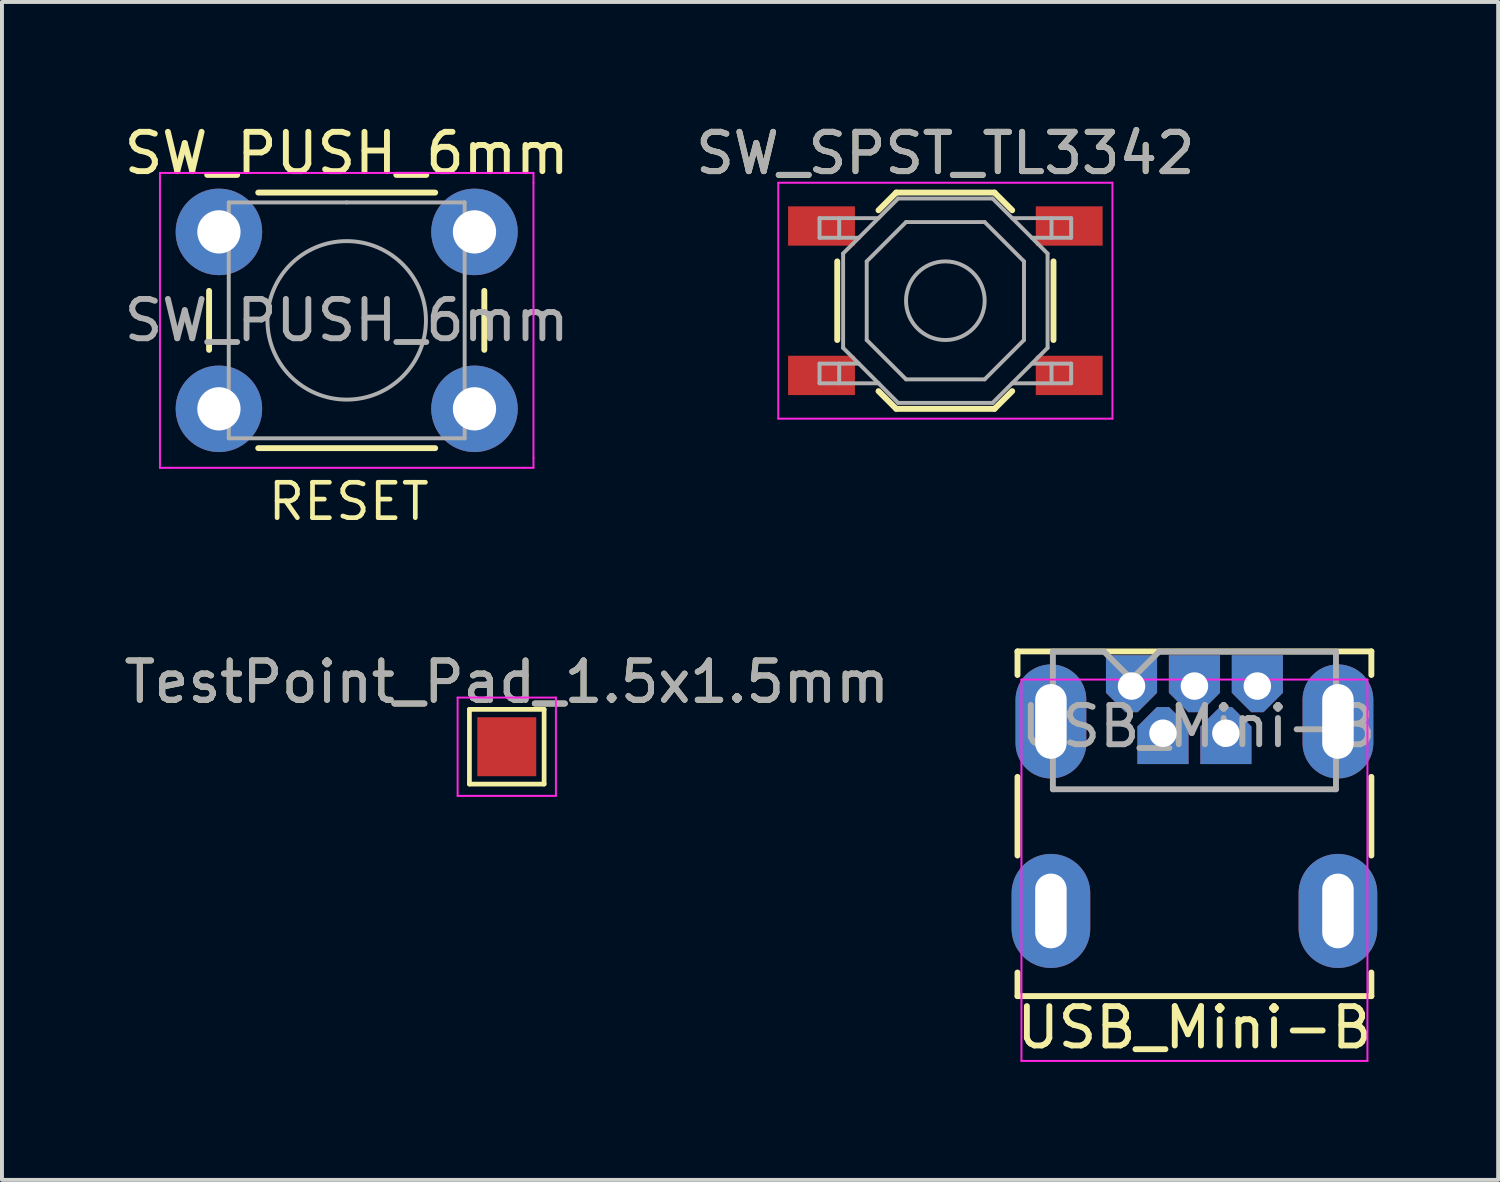
<source format=kicad_pcb>
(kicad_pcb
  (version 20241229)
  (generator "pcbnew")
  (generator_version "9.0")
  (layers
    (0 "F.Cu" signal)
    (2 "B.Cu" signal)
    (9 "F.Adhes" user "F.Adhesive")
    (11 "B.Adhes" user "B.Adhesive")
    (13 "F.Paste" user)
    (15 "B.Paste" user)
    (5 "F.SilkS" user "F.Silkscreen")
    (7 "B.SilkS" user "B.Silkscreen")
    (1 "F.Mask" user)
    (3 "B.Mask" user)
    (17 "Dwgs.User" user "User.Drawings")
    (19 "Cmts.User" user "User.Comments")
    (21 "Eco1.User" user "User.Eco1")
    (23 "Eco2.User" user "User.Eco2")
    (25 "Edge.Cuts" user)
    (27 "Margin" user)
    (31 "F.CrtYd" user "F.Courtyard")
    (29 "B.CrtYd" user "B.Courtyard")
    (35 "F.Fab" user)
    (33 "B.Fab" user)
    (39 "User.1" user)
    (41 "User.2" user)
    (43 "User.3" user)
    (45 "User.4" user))
  (footprint "TestPoint_Pad_1.5x1.5mm"
    (layer "F.Cu")
    (at 9.839 15.942)
    (property "Reference" "TestPoint_Pad_1.5x1.5mm" (at 0 -1.648 0) (layer "F.SilkS") (effects (font (size 1 1) (thickness 0.15))))
    (attr exclude_from_pos_files exclude_from_bom)
    (fp_line (start -0.95 -0.95) (end 0.95 -0.95) (stroke (width 0.12) (type solid)) (layer "F.SilkS"))
    (fp_line (start -0.95 0.95) (end -0.95 -0.95) (stroke (width 0.12) (type solid)) (layer "F.SilkS"))
    (fp_line (start 0.95 -0.95) (end 0.95 0.95) (stroke (width 0.12) (type solid)) (layer "F.SilkS"))
    (fp_line (start 0.95 0.95) (end -0.95 0.95) (stroke (width 0.12) (type solid)) (layer "F.SilkS"))
    (fp_line (start -1.25 -1.25) (end -1.25 1.25) (stroke (width 0.05) (type solid)) (layer "F.CrtYd"))
    (fp_line (start -1.25 -1.25) (end 1.25 -1.25) (stroke (width 0.05) (type solid)) (layer "F.CrtYd"))
    (fp_line (start 1.25 1.25) (end -1.25 1.25) (stroke (width 0.05) (type solid)) (layer "F.CrtYd"))
    (fp_line (start 1.25 1.25) (end 1.25 -1.25) (stroke (width 0.05) (type solid)) (layer "F.CrtYd"))
    (fp_text user "${REFERENCE}" (at 0 -1.65 0) (layer "F.Fab") (effects (font (size 1 1) (thickness 0.15))))
    (pad "1" smd rect (at 0 0) (size 1.5 1.5) (layers "F.Cu" "F.Mask" "F.Paste")))
  (footprint "SW_SPST_TL3342"
    (layer "F.Cu")
    (at 20.994 4.598)
    (property "Reference" "SW_SPST_TL3342" (at 0 -3.75 0) (layer "F.SilkS") (effects (font (size 1 1) (thickness 0.15))))
    (attr smd)
    (fp_line (start -2.75 -1) (end -2.75 1) (stroke (width 0.15) (type solid)) (layer "F.SilkS"))
    (fp_line (start -1.7 -2.3) (end -1.25 -2.75) (stroke (width 0.15) (type solid)) (layer "F.SilkS"))
    (fp_line (start -1.7 2.3) (end -1.25 2.75) (stroke (width 0.15) (type solid)) (layer "F.SilkS"))
    (fp_line (start -1.25 -2.75) (end 1.25 -2.75) (stroke (width 0.15) (type solid)) (layer "F.SilkS"))
    (fp_line (start -1.25 2.75) (end 1.25 2.75) (stroke (width 0.15) (type solid)) (layer "F.SilkS"))
    (fp_line (start 1.7 -2.3) (end 1.25 -2.75) (stroke (width 0.15) (type solid)) (layer "F.SilkS"))
    (fp_line (start 1.7 2.3) (end 1.25 2.75) (stroke (width 0.15) (type solid)) (layer "F.SilkS"))
    (fp_line (start 2.75 -1) (end 2.75 1) (stroke (width 0.15) (type solid)) (layer "F.SilkS"))
    (fp_line (start -4.25 -3) (end 4.25 -3) (stroke (width 0.05) (type solid)) (layer "F.CrtYd"))
    (fp_line (start -4.25 3) (end -4.25 -3) (stroke (width 0.05) (type solid)) (layer "F.CrtYd"))
    (fp_line (start 4.25 -3) (end 4.25 3) (stroke (width 0.05) (type solid)) (layer "F.CrtYd"))
    (fp_line (start 4.25 3) (end -4.25 3) (stroke (width 0.05) (type solid)) (layer "F.CrtYd"))
    (fp_line (start -3.2 -2.1) (end -3.2 -1.6) (stroke (width 0.1) (type solid)) (layer "F.Fab"))
    (fp_line (start -3.2 -1.6) (end -2.2 -1.6) (stroke (width 0.1) (type solid)) (layer "F.Fab"))
    (fp_line (start -3.2 1.6) (end -2.2 1.6) (stroke (width 0.1) (type solid)) (layer "F.Fab"))
    (fp_line (start -3.2 2.1) (end -3.2 1.6) (stroke (width 0.1) (type solid)) (layer "F.Fab"))
    (fp_line (start -2.7 -2.1) (end -2.7 -1.6) (stroke (width 0.1) (type solid)) (layer "F.Fab"))
    (fp_line (start -2.7 2.1) (end -2.7 1.6) (stroke (width 0.1) (type solid)) (layer "F.Fab"))
    (fp_line (start -2.6 -1.2) (end -2.6 1.2) (stroke (width 0.1) (type solid)) (layer "F.Fab"))
    (fp_line (start -2.6 1.2) (end -1.2 2.6) (stroke (width 0.1) (type solid)) (layer "F.Fab"))
    (fp_line (start -2 -1) (end -1 -2) (stroke (width 0.1) (type solid)) (layer "F.Fab"))
    (fp_line (start -2 1) (end -2 -1) (stroke (width 0.1) (type solid)) (layer "F.Fab"))
    (fp_line (start -1.7 -2.1) (end -3.2 -2.1) (stroke (width 0.1) (type solid)) (layer "F.Fab"))
    (fp_line (start -1.7 2.1) (end -3.2 2.1) (stroke (width 0.1) (type solid)) (layer "F.Fab"))
    (fp_line (start -1.2 -2.6) (end -2.6 -1.2) (stroke (width 0.1) (type solid)) (layer "F.Fab"))
    (fp_line (start -1.2 2.6) (end 1.2 2.6) (stroke (width 0.1) (type solid)) (layer "F.Fab"))
    (fp_line (start -1 -2) (end 1 -2) (stroke (width 0.1) (type solid)) (layer "F.Fab"))
    (fp_line (start -1 2) (end -2 1) (stroke (width 0.1) (type solid)) (layer "F.Fab"))
    (fp_line (start 1 -2) (end 2 -1) (stroke (width 0.1) (type solid)) (layer "F.Fab"))
    (fp_line (start 1 2) (end -1 2) (stroke (width 0.1) (type solid)) (layer "F.Fab"))
    (fp_line (start 1.2 -2.6) (end -1.2 -2.6) (stroke (width 0.1) (type solid)) (layer "F.Fab"))
    (fp_line (start 1.2 2.6) (end 2.6 1.2) (stroke (width 0.1) (type solid)) (layer "F.Fab"))
    (fp_line (start 1.7 -2.1) (end 3.2 -2.1) (stroke (width 0.1) (type solid)) (layer "F.Fab"))
    (fp_line (start 1.7 2.1) (end 3.2 2.1) (stroke (width 0.1) (type solid)) (layer "F.Fab"))
    (fp_line (start 2 -1) (end 2 1) (stroke (width 0.1) (type solid)) (layer "F.Fab"))
    (fp_line (start 2 1) (end 1 2) (stroke (width 0.1) (type solid)) (layer "F.Fab"))
    (fp_line (start 2.6 -1.2) (end 1.2 -2.6) (stroke (width 0.1) (type solid)) (layer "F.Fab"))
    (fp_line (start 2.6 1.2) (end 2.6 -1.2) (stroke (width 0.1) (type solid)) (layer "F.Fab"))
    (fp_line (start 2.7 -2.1) (end 2.7 -1.6) (stroke (width 0.1) (type solid)) (layer "F.Fab"))
    (fp_line (start 2.7 2.1) (end 2.7 1.6) (stroke (width 0.1) (type solid)) (layer "F.Fab"))
    (fp_line (start 3.2 -2.1) (end 3.2 -1.6) (stroke (width 0.1) (type solid)) (layer "F.Fab"))
    (fp_line (start 3.2 -1.6) (end 2.2 -1.6) (stroke (width 0.1) (type solid)) (layer "F.Fab"))
    (fp_line (start 3.2 1.6) (end 2.2 1.6) (stroke (width 0.1) (type solid)) (layer "F.Fab"))
    (fp_line (start 3.2 2.1) (end 3.2 1.6) (stroke (width 0.1) (type solid)) (layer "F.Fab"))
    (fp_circle (center 0 0) (end 1 0) (stroke (width 0.1) (type solid)) (fill no) (layer "F.Fab"))
    (fp_text user "${REFERENCE}" (at 0 -3.75 0) (layer "F.Fab") (effects (font (size 1 1) (thickness 0.15))))
    (pad "1" smd rect (at -3.15 -1.9) (size 1.7 1) (layers "F.Cu" "F.Mask" "F.Paste"))
    (pad "1" smd rect (at 3.15 -1.9) (size 1.7 1) (layers "F.Cu" "F.Mask" "F.Paste"))
    (pad "2" smd rect (at -3.15 1.9) (size 1.7 1) (layers "F.Cu" "F.Mask" "F.Paste"))
    (pad "2" smd rect (at 3.15 1.9) (size 1.7 1) (layers "F.Cu" "F.Mask" "F.Paste")))
  (footprint "USB_Mini-B"
    (layer "F.Cu")
    (at 27.329 17.709)
    (property "Reference" "USB_Mini-B" (at 0 5.376 180) (layer "F.SilkS") (effects (font (size 1 1) (thickness 0.15))))
    (attr through_hole)
    (fp_line (start -4.5 -3.591) (end -4.5 -4.191) (stroke (width 0.15) (type solid)) (layer "F.SilkS"))
    (fp_line (start -4.5 1) (end -4.5 -1) (stroke (width 0.15) (type solid)) (layer "F.SilkS"))
    (fp_line (start -4.5 4.576) (end -4.5 3.976) (stroke (width 0.15) (type solid)) (layer "F.SilkS"))
    (fp_line (start 4.5 -4.191) (end -4.5 -4.191) (stroke (width 0.15) (type solid)) (layer "F.SilkS"))
    (fp_line (start 4.5 -4.191) (end 4.5 -3.591) (stroke (width 0.15) (type solid)) (layer "F.SilkS"))
    (fp_line (start 4.5 -1) (end 4.5 1) (stroke (width 0.15) (type solid)) (layer "F.SilkS"))
    (fp_line (start 4.5 3.976) (end 4.5 4.576) (stroke (width 0.15) (type solid)) (layer "F.SilkS"))
    (fp_line (start 4.5 4.576) (end -4.5 4.576) (stroke (width 0.15) (type solid)) (layer "F.SilkS"))
    (fp_line (start -4.4 -3.475) (end -4.4 6.225) (stroke (width 0.05) (type solid)) (layer "F.CrtYd"))
    (fp_line (start -4.4 6.225) (end 4.4 6.225) (stroke (width 0.05) (type solid)) (layer "F.CrtYd"))
    (fp_line (start 4.4 -3.475) (end -4.4 -3.475) (stroke (width 0.05) (type solid)) (layer "F.CrtYd"))
    (fp_line (start 4.4 6.225) (end 4.4 -3.475) (stroke (width 0.05) (type solid)) (layer "F.CrtYd"))
    (fp_line (start -3.6 -4.185) (end -2.3 -4.185) (stroke (width 0.15) (type solid)) (layer "F.Fab"))
    (fp_line (start -3.6 -0.685) (end -3.6 -4.185) (stroke (width 0.15) (type solid)) (layer "F.Fab"))
    (fp_line (start -3.6 -0.685) (end 3.6 -0.685) (stroke (width 0.15) (type solid)) (layer "F.Fab"))
    (fp_line (start -2.3 -4.185) (end -1.6 -3.485) (stroke (width 0.15) (type solid)) (layer "F.Fab"))
    (fp_line (start -1.6 -3.485) (end -0.9 -4.185) (stroke (width 0.15) (type solid)) (layer "F.Fab"))
    (fp_line (start -0.9 -4.185) (end 3.6 -4.185) (stroke (width 0.15) (type solid)) (layer "F.Fab"))
    (fp_line (start 3.6 -4.185) (end 3.6 -0.685) (stroke (width 0.15) (type solid)) (layer "F.Fab"))
    (fp_text user "${REFERENCE}" (at 0.1 -2.285 180) (layer "F.Fab") (effects (font (size 1 1) (thickness 0.15))))
    (pad "1" thru_hole roundrect (at -1.6 -3.31 180) (size 1.3 1.45) (drill 0.7 (offset 0 0.06)) (layers "*.Cu" "*.Mask") (roundrect_rratio 0) (chamfer_ratio 0.38) (chamfer top_left top_right))
    (pad "2" thru_hole roundrect (at -0.8 -2.11 180) (size 1.3 1.45) (drill 0.7 (offset 0 -0.06)) (layers "*.Cu" "*.Mask") (roundrect_rratio 0) (chamfer_ratio 0.38) (chamfer bottom_left bottom_right))
    (pad "3" thru_hole roundrect (at 0 -3.31 180) (size 1.3 1.45) (drill 0.7 (offset 0 0.06)) (layers "*.Cu" "*.Mask") (roundrect_rratio 0) (chamfer_ratio 0.38) (chamfer top_left top_right))
    (pad "4" thru_hole roundrect (at 0.8 -2.11 180) (size 1.3 1.45) (drill 0.7 (offset 0 -0.06)) (layers "*.Cu" "*.Mask") (roundrect_rratio 0) (chamfer_ratio 0.38) (chamfer bottom_left bottom_right))
    (pad "5" thru_hole roundrect (at 1.6 -3.31 180) (size 1.3 1.45) (drill 0.7 (offset 0 0.06)) (layers "*.Cu" "*.Mask") (roundrect_rratio 0) (chamfer_ratio 0.38) (chamfer top_left top_right))
    (pad "6" thru_hole oval (at -3.65 -2.41 180) (size 1.8 2.9) (drill oval 0.8 1.9) (layers "*.Cu" "*.Mask"))
    (pad "6" thru_hole oval (at -3.65 2.41 180) (size 2 2.9) (drill oval 0.8 1.9) (layers "*.Cu" "*.Mask"))
    (pad "6" thru_hole oval (at 3.65 -2.41 180) (size 1.8 2.9) (drill oval 0.8 1.9) (layers "*.Cu" "*.Mask"))
    (pad "6" thru_hole oval (at 3.65 2.41 180) (size 2 2.9) (drill oval 0.8 1.9) (layers "*.Cu" "*.Mask")))
  (footprint "SW_PUSH_6mm"
    (layer "F.Cu")
    (at 2.518 2.848)
    (property "Reference" "SW_PUSH_6mm" (at 3.25 -2 180) (layer "F.SilkS") (effects (font (size 1 1) (thickness 0.15))))
    (attr through_hole)
    (fp_line (start -0.25 1.5) (end -0.25 3) (stroke (width 0.15) (type solid)) (layer "F.SilkS"))
    (fp_line (start 1 5.5) (end 5.5 5.5) (stroke (width 0.15) (type solid)) (layer "F.SilkS"))
    (fp_line (start 5.5 -1) (end 1 -1) (stroke (width 0.15) (type solid)) (layer "F.SilkS"))
    (fp_line (start 6.75 3) (end 6.75 1.5) (stroke (width 0.15) (type solid)) (layer "F.SilkS"))
    (fp_line (start -1.5 -1.5) (end -1.25 -1.5) (stroke (width 0.05) (type solid)) (layer "F.CrtYd"))
    (fp_line (start -1.5 -1.25) (end -1.5 -1.5) (stroke (width 0.05) (type solid)) (layer "F.CrtYd"))
    (fp_line (start -1.5 5.75) (end -1.5 -1.25) (stroke (width 0.05) (type solid)) (layer "F.CrtYd"))
    (fp_line (start -1.5 5.75) (end -1.5 6) (stroke (width 0.05) (type solid)) (layer "F.CrtYd"))
    (fp_line (start -1.5 6) (end -1.25 6) (stroke (width 0.05) (type solid)) (layer "F.CrtYd"))
    (fp_line (start -1.25 -1.5) (end 7.75 -1.5) (stroke (width 0.05) (type solid)) (layer "F.CrtYd"))
    (fp_line (start 7.75 -1.5) (end 8 -1.5) (stroke (width 0.05) (type solid)) (layer "F.CrtYd"))
    (fp_line (start 7.75 6) (end -1.25 6) (stroke (width 0.05) (type solid)) (layer "F.CrtYd"))
    (fp_line (start 7.75 6) (end 8 6) (stroke (width 0.05) (type solid)) (layer "F.CrtYd"))
    (fp_line (start 8 -1.5) (end 8 -1.25) (stroke (width 0.05) (type solid)) (layer "F.CrtYd"))
    (fp_line (start 8 -1.25) (end 8 5.75) (stroke (width 0.05) (type solid)) (layer "F.CrtYd"))
    (fp_line (start 8 6) (end 8 5.75) (stroke (width 0.05) (type solid)) (layer "F.CrtYd"))
    (fp_line (start 0.25 -0.75) (end 3.25 -0.75) (stroke (width 0.1) (type solid)) (layer "F.Fab"))
    (fp_line (start 0.25 5.25) (end 0.25 -0.75) (stroke (width 0.1) (type solid)) (layer "F.Fab"))
    (fp_line (start 3.25 -0.75) (end 6.25 -0.75) (stroke (width 0.1) (type solid)) (layer "F.Fab"))
    (fp_line (start 6.25 -0.75) (end 6.25 5.25) (stroke (width 0.1) (type solid)) (layer "F.Fab"))
    (fp_line (start 6.25 5.25) (end 0.25 5.25) (stroke (width 0.1) (type solid)) (layer "F.Fab"))
    (fp_circle (center 3.25 2.25) (end 1.25 2.5) (stroke (width 0.1) (type solid)) (fill no) (layer "F.Fab"))
    (fp_text user "RESET" (at 3.302 6.858 0) (unlocked yes) (layer "F.SilkS") (effects (font (size 0.9 0.9) (thickness 0.12))))
    (fp_text user "${REFERENCE}" (at 3.25 2.25 0) (layer "F.Fab") (effects (font (size 1 1) (thickness 0.15))))
    (pad "1" thru_hole circle (at 0 0 90) (size 2.2 2.2) (drill 1.1) (layers "*.Cu" "*.Mask"))
    (pad "2" thru_hole circle (at 6.5 0 90) (size 2.2 2.2) (drill 1.1) (layers "*.Cu" "*.Mask"))
    (pad "3" thru_hole circle (at 0 4.5 90) (size 2.2 2.2) (drill 1.1) (layers "*.Cu" "*.Mask"))
    (pad "4" thru_hole circle (at 6.5 4.5 90) (size 2.2 2.2) (drill 1.1) (layers "*.Cu" "*.Mask")))
  (gr_rect
    (start -3 -3)
    (end 35.054 26.959)
    (stroke (width 0.1) (type default))
    (fill no)
    (layer "Edge.Cuts")))
</source>
